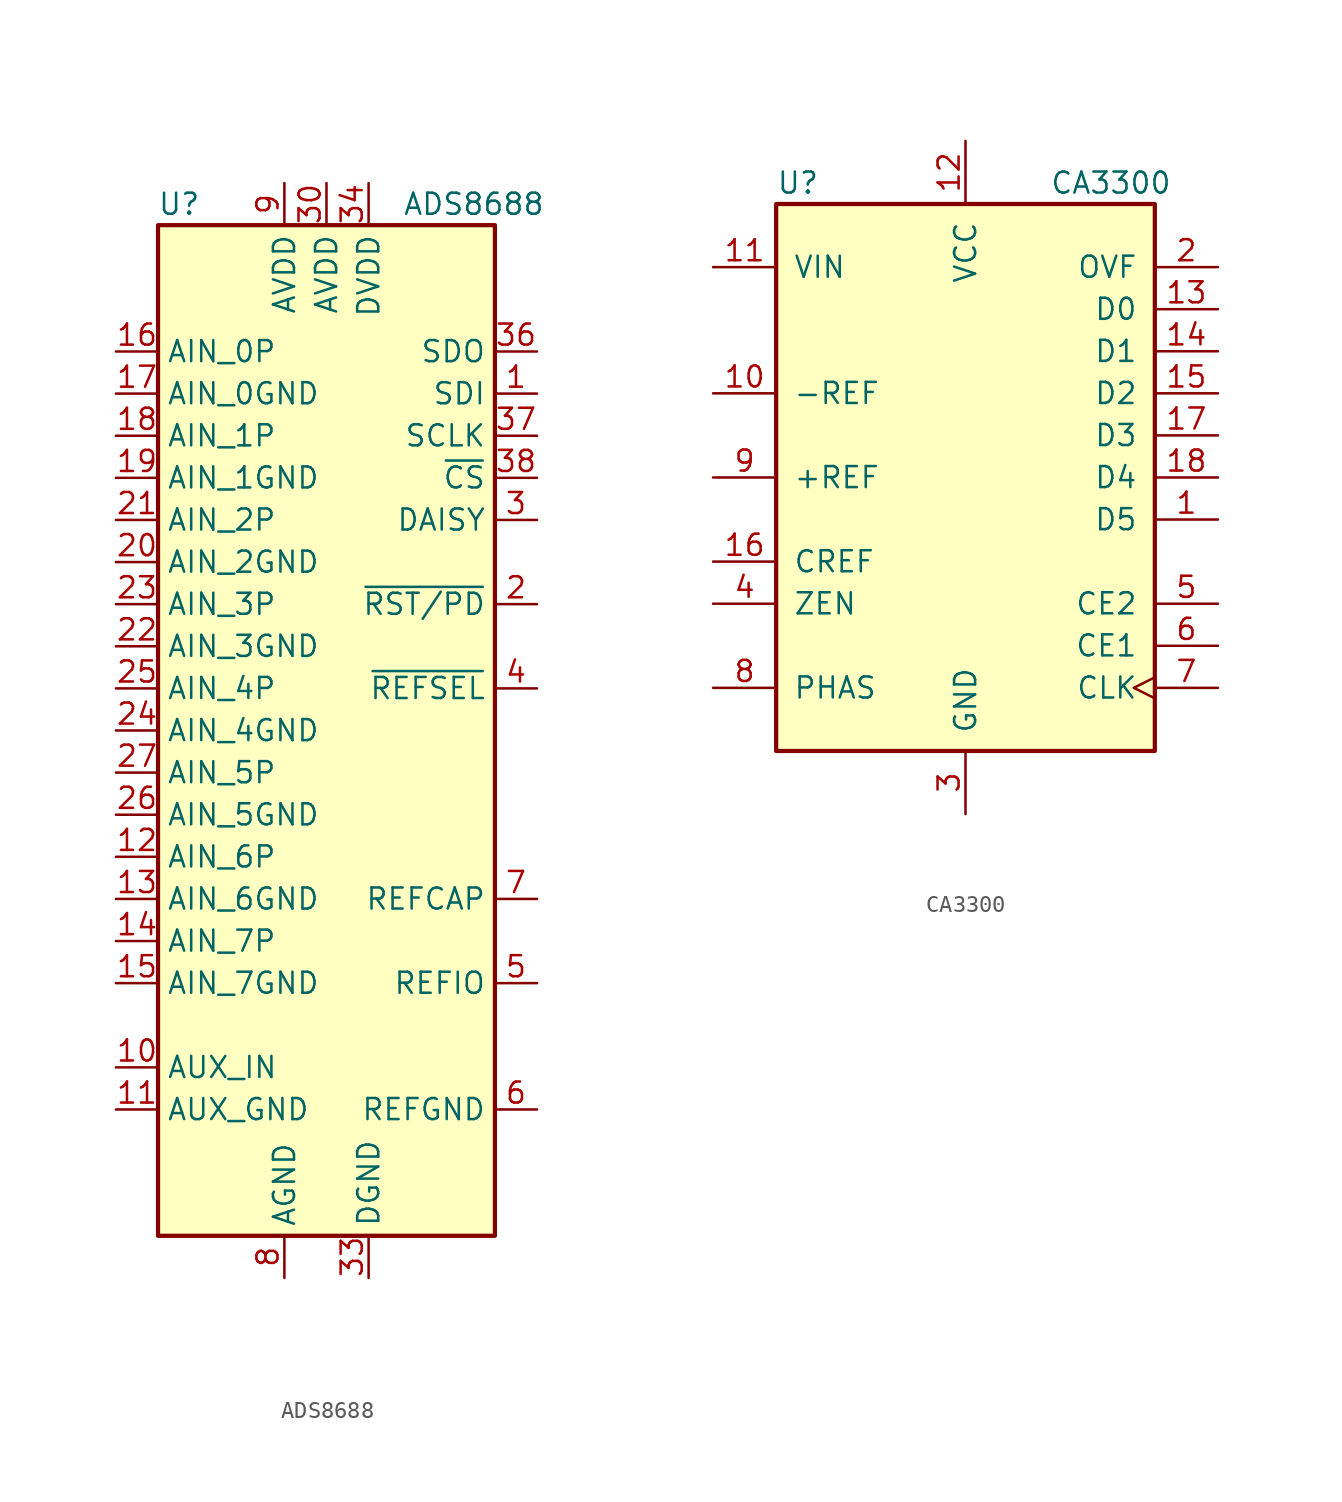
<source format=kicad_sym>
(kicad_symbol_lib
  (version 20201005)
  (generator kicad_symbol_editor)
  (symbol "Analog_ADC:ADS8688"
    (property "Reference" "U"
      (at -8.89 31.75 0)
      (effects (font (size 1.27 1.27))))
    (property "Value" "ADS8688"
      (at 8.89 31.75 0)
      (effects (font (size 1.27 1.27))))
    (symbol "ADS8688_0_1"
      (rectangle (start -10.16 30.48) (end 10.16 -30.48) (stroke (width 0.254)) (fill (type background))))
    (symbol "ADS8688_1_1"
      (pin input line (at 12.7 20.32 180) (length 2.54) (name "SDI" (effects (font (size 1.27 1.27)))) (number "1" (effects (font (size 1.27 1.27)))))
      (pin input line (at -12.7 -20.32 0) (length 2.54) (name "AUX_IN" (effects (font (size 1.27 1.27)))) (number "10" (effects (font (size 1.27 1.27)))))
      (pin input line (at -12.7 -22.86 0) (length 2.54) (name "AUX_GND" (effects (font (size 1.27 1.27)))) (number "11" (effects (font (size 1.27 1.27)))))
      (pin input line (at -12.7 -7.62 0) (length 2.54) (name "AIN_6P" (effects (font (size 1.27 1.27)))) (number "12" (effects (font (size 1.27 1.27)))))
      (pin input line (at -12.7 -10.16 0) (length 2.54) (name "AIN_6GND" (effects (font (size 1.27 1.27)))) (number "13" (effects (font (size 1.27 1.27)))))
      (pin input line (at -12.7 -12.7 0) (length 2.54) (name "AIN_7P" (effects (font (size 1.27 1.27)))) (number "14" (effects (font (size 1.27 1.27)))))
      (pin input line (at -12.7 -15.24 0) (length 2.54) (name "AIN_7GND" (effects (font (size 1.27 1.27)))) (number "15" (effects (font (size 1.27 1.27)))))
      (pin input line (at -12.7 22.86 0) (length 2.54) (name "AIN_0P" (effects (font (size 1.27 1.27)))) (number "16" (effects (font (size 1.27 1.27)))))
      (pin input line (at -12.7 20.32 0) (length 2.54) (name "AIN_0GND" (effects (font (size 1.27 1.27)))) (number "17" (effects (font (size 1.27 1.27)))))
      (pin input line (at -12.7 17.78 0) (length 2.54) (name "AIN_1P" (effects (font (size 1.27 1.27)))) (number "18" (effects (font (size 1.27 1.27)))))
      (pin input line (at -12.7 15.24 0) (length 2.54) (name "AIN_1GND" (effects (font (size 1.27 1.27)))) (number "19" (effects (font (size 1.27 1.27)))))
      (pin input line (at 12.7 7.62 180) (length 2.54) (name "~RST/PD" (effects (font (size 1.27 1.27)))) (number "2" (effects (font (size 1.27 1.27)))))
      (pin input line (at -12.7 10.16 0) (length 2.54) (name "AIN_2GND" (effects (font (size 1.27 1.27)))) (number "20" (effects (font (size 1.27 1.27)))))
      (pin input line (at -12.7 12.7 0) (length 2.54) (name "AIN_2P" (effects (font (size 1.27 1.27)))) (number "21" (effects (font (size 1.27 1.27)))))
      (pin input line (at -12.7 5.08 0) (length 2.54) (name "AIN_3GND" (effects (font (size 1.27 1.27)))) (number "22" (effects (font (size 1.27 1.27)))))
      (pin input line (at -12.7 7.62 0) (length 2.54) (name "AIN_3P" (effects (font (size 1.27 1.27)))) (number "23" (effects (font (size 1.27 1.27)))))
      (pin input line (at -12.7 0 0) (length 2.54) (name "AIN_4GND" (effects (font (size 1.27 1.27)))) (number "24" (effects (font (size 1.27 1.27)))))
      (pin input line (at -12.7 2.54 0) (length 2.54) (name "AIN_4P" (effects (font (size 1.27 1.27)))) (number "25" (effects (font (size 1.27 1.27)))))
      (pin input line (at -12.7 -5.08 0) (length 2.54) (name "AIN_5GND" (effects (font (size 1.27 1.27)))) (number "26" (effects (font (size 1.27 1.27)))))
      (pin input line (at -12.7 -2.54 0) (length 2.54) (name "AIN_5P" (effects (font (size 1.27 1.27)))) (number "27" (effects (font (size 1.27 1.27)))))
      (pin passive line (at -2.54 -33.02 90) (length 2.54) hide (name "AGND" (effects (font (size 1.27 1.27)))) (number "28" (effects (font (size 1.27 1.27)))))
      (pin passive line (at -2.54 -33.02 90) (length 2.54) hide (name "AGND" (effects (font (size 1.27 1.27)))) (number "29" (effects (font (size 1.27 1.27)))))
      (pin input line (at 12.7 12.7 180) (length 2.54) (name "DAISY" (effects (font (size 1.27 1.27)))) (number "3" (effects (font (size 1.27 1.27)))))
      (pin power_in line (at 0 33.02 270) (length 2.54) (name "AVDD" (effects (font (size 1.27 1.27)))) (number "30" (effects (font (size 1.27 1.27)))))
      (pin passive line (at -2.54 -33.02 90) (length 2.54) hide (name "AGND" (effects (font (size 1.27 1.27)))) (number "31" (effects (font (size 1.27 1.27)))))
      (pin passive line (at -2.54 -33.02 90) (length 2.54) hide (name "AGND" (effects (font (size 1.27 1.27)))) (number "32" (effects (font (size 1.27 1.27)))))
      (pin power_in line (at 2.54 -33.02 90) (length 2.54) (name "DGND" (effects (font (size 1.27 1.27)))) (number "33" (effects (font (size 1.27 1.27)))))
      (pin power_in line (at 2.54 33.02 270) (length 2.54) (name "DVDD" (effects (font (size 1.27 1.27)))) (number "34" (effects (font (size 1.27 1.27)))))
      (pin no_connect line (at 10.16 -5.08 180) (length 2.54) hide (name "DNC" (effects (font (size 1.27 1.27)))) (number "35" (effects (font (size 1.27 1.27)))))
      (pin output line (at 12.7 22.86 180) (length 2.54) (name "SDO" (effects (font (size 1.27 1.27)))) (number "36" (effects (font (size 1.27 1.27)))))
      (pin input line (at 12.7 17.78 180) (length 2.54) (name "SCLK" (effects (font (size 1.27 1.27)))) (number "37" (effects (font (size 1.27 1.27)))))
      (pin input line (at 12.7 15.24 180) (length 2.54) (name "~CS" (effects (font (size 1.27 1.27)))) (number "38" (effects (font (size 1.27 1.27)))))
      (pin input line (at 12.7 2.54 180) (length 2.54) (name "~REFSEL" (effects (font (size 1.27 1.27)))) (number "4" (effects (font (size 1.27 1.27)))))
      (pin passive line (at 12.7 -15.24 180) (length 2.54) (name "REFIO" (effects (font (size 1.27 1.27)))) (number "5" (effects (font (size 1.27 1.27)))))
      (pin power_in line (at 12.7 -22.86 180) (length 2.54) (name "REFGND" (effects (font (size 1.27 1.27)))) (number "6" (effects (font (size 1.27 1.27)))))
      (pin passive line (at 12.7 -10.16 180) (length 2.54) (name "REFCAP" (effects (font (size 1.27 1.27)))) (number "7" (effects (font (size 1.27 1.27)))))
      (pin power_in line (at -2.54 -33.02 90) (length 2.54) (name "AGND" (effects (font (size 1.27 1.27)))) (number "8" (effects (font (size 1.27 1.27)))))
      (pin power_in line (at -2.54 33.02 270) (length 2.54) (name "AVDD" (effects (font (size 1.27 1.27)))) (number "9" (effects (font (size 1.27 1.27)))))))
  (symbol "Analog_ADC:CA3300"
    (pin_names
      (offset 1.016))
    (property "Reference" "U"
      (at -11.43 17.78 0)
      (effects (font (size 1.27 1.27)) (justify left)))
    (property "Value" "CA3300"
      (at 5.08 17.78 0)
      (effects (font (size 1.27 1.27)) (justify left)))
    (symbol "CA3300_0_1"
      (rectangle (start -11.43 -16.51) (end 11.43 16.51) (stroke (width 0.254)) (fill (type background))))
    (symbol "CA3300_1_1"
      (pin tri_state line (at 15.24 -2.54 180) (length 3.81) (name "D5" (effects (font (size 1.27 1.27)))) (number "1" (effects (font (size 1.27 1.27)))))
      (pin input line (at -15.24 5.08 0) (length 3.81) (name "-REF" (effects (font (size 1.27 1.27)))) (number "10" (effects (font (size 1.27 1.27)))))
      (pin input line (at -15.24 12.7 0) (length 3.81) (name "VIN" (effects (font (size 1.27 1.27)))) (number "11" (effects (font (size 1.27 1.27)))))
      (pin power_in line (at 0 20.32 270) (length 3.81) (name "VCC" (effects (font (size 1.27 1.27)))) (number "12" (effects (font (size 1.27 1.27)))))
      (pin tri_state line (at 15.24 10.16 180) (length 3.81) (name "D0" (effects (font (size 1.27 1.27)))) (number "13" (effects (font (size 1.27 1.27)))))
      (pin tri_state line (at 15.24 7.62 180) (length 3.81) (name "D1" (effects (font (size 1.27 1.27)))) (number "14" (effects (font (size 1.27 1.27)))))
      (pin tri_state line (at 15.24 5.08 180) (length 3.81) (name "D2" (effects (font (size 1.27 1.27)))) (number "15" (effects (font (size 1.27 1.27)))))
      (pin input line (at -15.24 -5.08 0) (length 3.81) (name "CREF" (effects (font (size 1.27 1.27)))) (number "16" (effects (font (size 1.27 1.27)))))
      (pin tri_state line (at 15.24 2.54 180) (length 3.81) (name "D3" (effects (font (size 1.27 1.27)))) (number "17" (effects (font (size 1.27 1.27)))))
      (pin tri_state line (at 15.24 0 180) (length 3.81) (name "D4" (effects (font (size 1.27 1.27)))) (number "18" (effects (font (size 1.27 1.27)))))
      (pin tri_state line (at 15.24 12.7 180) (length 3.81) (name "OVF" (effects (font (size 1.27 1.27)))) (number "2" (effects (font (size 1.27 1.27)))))
      (pin power_in line (at 0 -20.32 90) (length 3.81) (name "GND" (effects (font (size 1.27 1.27)))) (number "3" (effects (font (size 1.27 1.27)))))
      (pin input line (at -15.24 -7.62 0) (length 3.81) (name "ZEN" (effects (font (size 1.27 1.27)))) (number "4" (effects (font (size 1.27 1.27)))))
      (pin input line (at 15.24 -7.62 180) (length 3.81) (name "CE2" (effects (font (size 1.27 1.27)))) (number "5" (effects (font (size 1.27 1.27)))))
      (pin input line (at 15.24 -10.16 180) (length 3.81) (name "CE1" (effects (font (size 1.27 1.27)))) (number "6" (effects (font (size 1.27 1.27)))))
      (pin input clock (at 15.24 -12.7 180) (length 3.81) (name "CLK" (effects (font (size 1.27 1.27)))) (number "7" (effects (font (size 1.27 1.27)))))
      (pin input line (at -15.24 -12.7 0) (length 3.81) (name "PHAS" (effects (font (size 1.27 1.27)))) (number "8" (effects (font (size 1.27 1.27)))))
      (pin input line (at -15.24 0 0) (length 3.81) (name "+REF" (effects (font (size 1.27 1.27)))) (number "9" (effects (font (size 1.27 1.27))))))))
</source>
